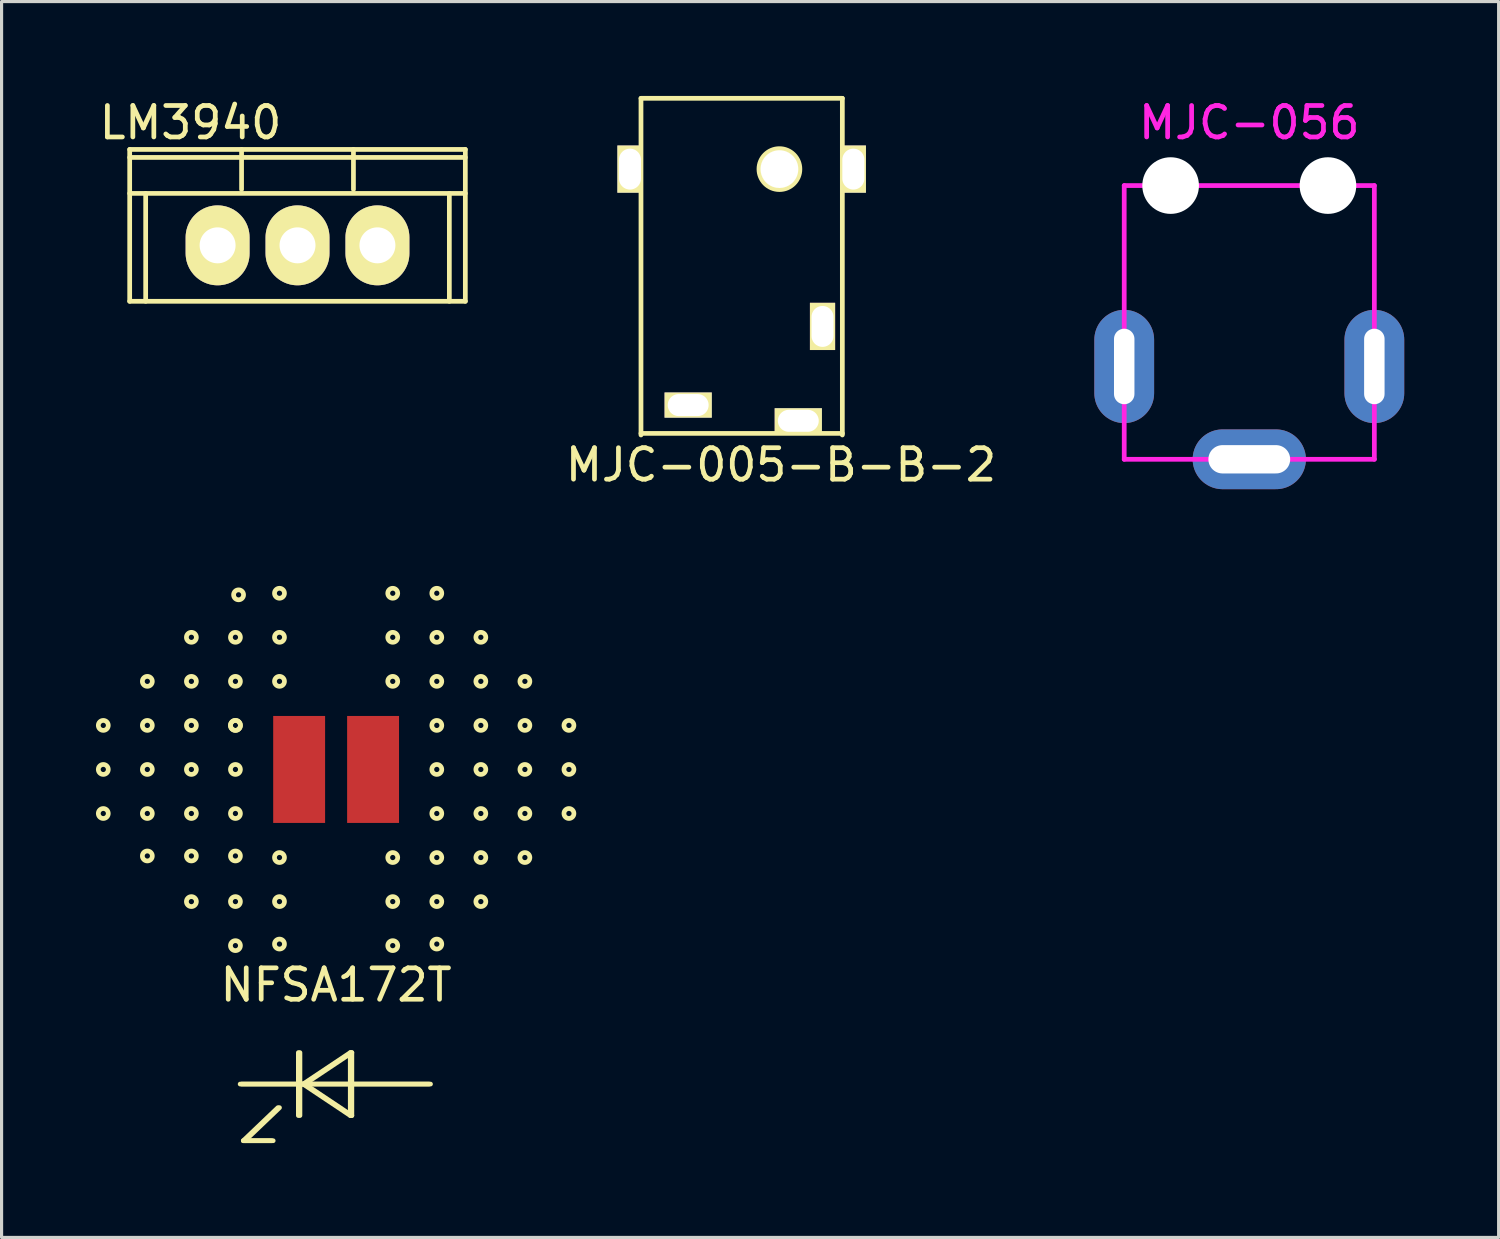
<source format=kicad_pcb>
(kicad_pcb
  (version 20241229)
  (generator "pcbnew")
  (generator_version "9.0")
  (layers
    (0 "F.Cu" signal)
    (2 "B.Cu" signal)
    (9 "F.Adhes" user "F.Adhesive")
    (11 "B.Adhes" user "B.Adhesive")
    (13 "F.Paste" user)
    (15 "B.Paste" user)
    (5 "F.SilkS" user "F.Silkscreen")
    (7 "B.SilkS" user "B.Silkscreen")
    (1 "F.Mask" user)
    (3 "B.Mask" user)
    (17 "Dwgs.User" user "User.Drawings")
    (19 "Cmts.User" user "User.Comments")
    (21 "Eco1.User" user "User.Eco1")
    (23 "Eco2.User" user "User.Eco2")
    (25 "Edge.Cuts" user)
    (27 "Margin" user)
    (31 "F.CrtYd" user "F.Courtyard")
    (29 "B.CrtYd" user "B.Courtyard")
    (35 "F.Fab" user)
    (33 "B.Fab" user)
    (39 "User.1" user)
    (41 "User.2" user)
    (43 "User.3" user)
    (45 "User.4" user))
  (footprint "MJC-005-B-B-2"
    (layer "F.Cu")
    (at 21.723 2.325)
    (property "Reference" "MJC-005-B-B-2" (at 0.05 9.4 0) (layer "F.SilkS") (effects (font (size 1 1) (thickness 0.15))))
    (attr through_hole)
    (fp_line (start -4.4 -2.25) (end -4.4 8.45) (stroke (width 0.15) (type solid)) (layer "F.SilkS"))
    (fp_line (start -4.4 8.4) (end 2 8.4) (stroke (width 0.15) (type solid)) (layer "F.SilkS"))
    (fp_line (start 2 -2.25) (end -4.4 -2.25) (stroke (width 0.15) (type solid)) (layer "F.SilkS"))
    (fp_line (start 2 8.45) (end 2 -2.25) (stroke (width 0.15) (type solid)) (layer "F.SilkS"))
    (fp_circle (center 0 0) (end 0.65 0) (stroke (width 0.15) (type solid)) (fill no) (layer "F.SilkS"))
    (pad "" np_thru_hole circle (at 0 0) (size 1.2 1.2) (drill 1.2) (layers "*.Cu" "*.Mask"))
    (pad "1" thru_hole rect (at -2.9 7.5) (size 1.5 0.8) (drill oval 1.3 0.7) (layers "*.Cu" "*.Mask" "F.SilkS"))
    (pad "2" thru_hole rect (at 0.6 8) (size 1.5 0.8) (drill oval 1.3 0.7) (layers "*.Cu" "*.Mask" "F.SilkS"))
    (pad "3" thru_hole rect (at 1.37 5) (size 0.8 1.5) (drill oval 0.7 1.3) (layers "*.Cu" "*.Mask" "F.SilkS"))
    (pad "4" thru_hole rect (at 2.35 0) (size 0.8 1.5) (drill oval 0.7 1.3) (layers "*.Cu" "*.Mask" "F.SilkS"))
    (pad "5" thru_hole rect (at -4.75 0) (size 0.8 1.5) (drill oval 0.7 1.3) (layers "*.Cu" "*.Mask" "F.SilkS")))
  (footprint "MJC-056"
    (layer "F.Cu")
    (at 36.657 2.848)
    (property "Reference" "MJC-056" (at 0 -2 0) (layer "F.CrtYd") (effects (font (size 1 1) (thickness 0.15))))
    (attr through_hole)
    (fp_line (start -3.975 0) (end 3.975 0) (stroke (width 0.15) (type solid)) (layer "F.CrtYd"))
    (fp_line (start -3.975 8.7) (end -3.975 0) (stroke (width 0.15) (type solid)) (layer "F.CrtYd"))
    (fp_line (start -3.975 8.7) (end 3.975 8.7) (stroke (width 0.15) (type solid)) (layer "F.CrtYd"))
    (fp_line (start 3.975 8.7) (end 3.975 0) (stroke (width 0.15) (type solid)) (layer "F.CrtYd"))
    (pad "" np_thru_hole circle (at -2.5 0) (size 1.8 1.8) (drill 1.8) (layers "*.Cu" "*.Mask"))
    (pad "" np_thru_hole circle (at 2.5 0) (size 1.8 1.8) (drill 1.8) (layers "*.Cu" "*.Mask"))
    (pad "1" thru_hole oval (at 0 8.7) (size 3.6 1.9) (drill oval 2.6 0.9) (layers "*.Cu" "*.Mask"))
    (pad "2" thru_hole oval (at -3.975 5.75) (size 1.9 3.6) (drill oval 0.65 2.4) (layers "*.Cu" "*.Mask"))
    (pad "3" thru_hole oval (at 3.975 5.75) (size 1.9 3.6) (drill oval 0.65 2.4) (layers "*.Cu" "*.Mask")))
  (footprint "NFSA172T"
    (layer "F.Cu")
    (at 7.633 21.406)
    (property "Reference" "NFSA172T" (at 0 6.85 0) (layer "F.SilkS") (effects (font (size 1 1) (thickness 0.15))))
    (attr through_hole)
    (fp_line (start -3.05 10) (end 2.95 10) (stroke (width 0.15) (type solid)) (layer "F.SilkS"))
    (fp_line (start -3 10) (end 3 10) (stroke (width 0.15) (type solid)) (layer "F.SilkS"))
    (fp_line (start -2.95 11.8) (end -2.05 11.8) (stroke (width 0.15) (type solid)) (layer "F.SilkS"))
    (fp_line (start -2.9 11.8) (end -2 11.8) (stroke (width 0.15) (type solid)) (layer "F.SilkS"))
    (fp_line (start -1.85 10.75) (end -2.95 11.8) (stroke (width 0.15) (type solid)) (layer "F.SilkS"))
    (fp_line (start -1.8 10.75) (end -2.9 11.8) (stroke (width 0.15) (type solid)) (layer "F.SilkS"))
    (fp_line (start -1.2 9) (end -1.2 11) (stroke (width 0.15) (type solid)) (layer "F.SilkS"))
    (fp_line (start -1.15 9) (end -1.15 11) (stroke (width 0.15) (type solid)) (layer "F.SilkS"))
    (fp_line (start -1.05 10) (end 0.45 9) (stroke (width 0.15) (type solid)) (layer "F.SilkS"))
    (fp_line (start -1 10) (end 0.5 9) (stroke (width 0.15) (type solid)) (layer "F.SilkS"))
    (fp_line (start 0.45 9) (end 0.45 11) (stroke (width 0.15) (type solid)) (layer "F.SilkS"))
    (fp_line (start 0.45 11) (end -1.05 10) (stroke (width 0.15) (type solid)) (layer "F.SilkS"))
    (fp_line (start 0.5 9) (end 0.5 11) (stroke (width 0.15) (type solid)) (layer "F.SilkS"))
    (fp_line (start 0.5 11) (end -1 10) (stroke (width 0.15) (type solid)) (layer "F.SilkS"))
    (fp_circle (center -7.4 -1.4) (end -7.55 -1.35) (stroke (width 0.15) (type solid)) (fill no) (layer "F.SilkS"))
    (fp_circle (center -7.4 0) (end -7.55 0.05) (stroke (width 0.15) (type solid)) (fill no) (layer "F.SilkS"))
    (fp_circle (center -7.4 1.4) (end -7.55 1.45) (stroke (width 0.15) (type solid)) (fill no) (layer "F.SilkS"))
    (fp_circle (center -6 -2.8) (end -6.15 -2.75) (stroke (width 0.15) (type solid)) (fill no) (layer "F.SilkS"))
    (fp_circle (center -6 -1.4) (end -6.15 -1.35) (stroke (width 0.15) (type solid)) (fill no) (layer "F.SilkS"))
    (fp_circle (center -6 0) (end -6.15 0.05) (stroke (width 0.15) (type solid)) (fill no) (layer "F.SilkS"))
    (fp_circle (center -6 1.4) (end -6.15 1.45) (stroke (width 0.15) (type solid)) (fill no) (layer "F.SilkS"))
    (fp_circle (center -6 2.75) (end -6.15 2.8) (stroke (width 0.15) (type solid)) (fill no) (layer "F.SilkS"))
    (fp_circle (center -4.6 -4.2) (end -4.75 -4.15) (stroke (width 0.15) (type solid)) (fill no) (layer "F.SilkS"))
    (fp_circle (center -4.6 -2.8) (end -4.75 -2.75) (stroke (width 0.15) (type solid)) (fill no) (layer "F.SilkS"))
    (fp_circle (center -4.6 -1.4) (end -4.75 -1.35) (stroke (width 0.15) (type solid)) (fill no) (layer "F.SilkS"))
    (fp_circle (center -4.6 0) (end -4.75 0.05) (stroke (width 0.15) (type solid)) (fill no) (layer "F.SilkS"))
    (fp_circle (center -4.6 1.4) (end -4.75 1.45) (stroke (width 0.15) (type solid)) (fill no) (layer "F.SilkS"))
    (fp_circle (center -4.6 2.75) (end -4.75 2.8) (stroke (width 0.15) (type solid)) (fill no) (layer "F.SilkS"))
    (fp_circle (center -4.6 4.2) (end -4.75 4.25) (stroke (width 0.15) (type solid)) (fill no) (layer "F.SilkS"))
    (fp_circle (center -3.2 -4.2) (end -3.35 -4.15) (stroke (width 0.15) (type solid)) (fill no) (layer "F.SilkS"))
    (fp_circle (center -3.2 -2.8) (end -3.35 -2.75) (stroke (width 0.15) (type solid)) (fill no) (layer "F.SilkS"))
    (fp_circle (center -3.2 -1.4) (end -3.35 -1.35) (stroke (width 0.15) (type solid)) (fill no) (layer "F.SilkS"))
    (fp_circle (center -3.2 -1.4) (end -3.35 -1.35) (stroke (width 0.15) (type solid)) (fill no) (layer "F.SilkS"))
    (fp_circle (center -3.2 0) (end -3.35 0.05) (stroke (width 0.15) (type solid)) (fill no) (layer "F.SilkS"))
    (fp_circle (center -3.2 1.4) (end -3.35 1.45) (stroke (width 0.15) (type solid)) (fill no) (layer "F.SilkS"))
    (fp_circle (center -3.2 2.75) (end -3.35 2.8) (stroke (width 0.15) (type solid)) (fill no) (layer "F.SilkS"))
    (fp_circle (center -3.2 4.2) (end -3.35 4.25) (stroke (width 0.15) (type solid)) (fill no) (layer "F.SilkS"))
    (fp_circle (center -3.2 5.6) (end -3.35 5.65) (stroke (width 0.15) (type solid)) (fill no) (layer "F.SilkS"))
    (fp_circle (center -3.1 -5.55) (end -3.25 -5.5) (stroke (width 0.15) (type solid)) (fill no) (layer "F.SilkS"))
    (fp_circle (center -1.8 -5.6) (end -1.95 -5.55) (stroke (width 0.15) (type solid)) (fill no) (layer "F.SilkS"))
    (fp_circle (center -1.8 -4.2) (end -1.95 -4.15) (stroke (width 0.15) (type solid)) (fill no) (layer "F.SilkS"))
    (fp_circle (center -1.8 -2.8) (end -1.95 -2.75) (stroke (width 0.15) (type solid)) (fill no) (layer "F.SilkS"))
    (fp_circle (center -1.8 2.8) (end -1.95 2.85) (stroke (width 0.15) (type solid)) (fill no) (layer "F.SilkS"))
    (fp_circle (center -1.8 4.2) (end -1.95 4.25) (stroke (width 0.15) (type solid)) (fill no) (layer "F.SilkS"))
    (fp_circle (center -1.8 5.55) (end -1.95 5.6) (stroke (width 0.15) (type solid)) (fill no) (layer "F.SilkS"))
    (fp_circle (center 1.8 -5.6) (end 1.95 -5.55) (stroke (width 0.15) (type solid)) (fill no) (layer "F.SilkS"))
    (fp_circle (center 1.8 -4.2) (end 1.95 -4.15) (stroke (width 0.15) (type solid)) (fill no) (layer "F.SilkS"))
    (fp_circle (center 1.8 -2.8) (end 1.95 -2.75) (stroke (width 0.15) (type solid)) (fill no) (layer "F.SilkS"))
    (fp_circle (center 1.8 2.8) (end 1.95 2.85) (stroke (width 0.15) (type solid)) (fill no) (layer "F.SilkS"))
    (fp_circle (center 1.8 4.2) (end 1.95 4.25) (stroke (width 0.15) (type solid)) (fill no) (layer "F.SilkS"))
    (fp_circle (center 1.8 5.6) (end 1.95 5.65) (stroke (width 0.15) (type solid)) (fill no) (layer "F.SilkS"))
    (fp_circle (center 3.2 -5.6) (end 3.35 -5.55) (stroke (width 0.15) (type solid)) (fill no) (layer "F.SilkS"))
    (fp_circle (center 3.2 -4.2) (end 3.35 -4.15) (stroke (width 0.15) (type solid)) (fill no) (layer "F.SilkS"))
    (fp_circle (center 3.2 -2.8) (end 3.35 -2.75) (stroke (width 0.15) (type solid)) (fill no) (layer "F.SilkS"))
    (fp_circle (center 3.2 -1.4) (end 3.35 -1.35) (stroke (width 0.15) (type solid)) (fill no) (layer "F.SilkS"))
    (fp_circle (center 3.2 0) (end 3.35 0.05) (stroke (width 0.15) (type solid)) (fill no) (layer "F.SilkS"))
    (fp_circle (center 3.2 1.4) (end 3.35 1.45) (stroke (width 0.15) (type solid)) (fill no) (layer "F.SilkS"))
    (fp_circle (center 3.2 2.8) (end 3.35 2.85) (stroke (width 0.15) (type solid)) (fill no) (layer "F.SilkS"))
    (fp_circle (center 3.2 4.2) (end 3.35 4.25) (stroke (width 0.15) (type solid)) (fill no) (layer "F.SilkS"))
    (fp_circle (center 3.2 5.55) (end 3.35 5.6) (stroke (width 0.15) (type solid)) (fill no) (layer "F.SilkS"))
    (fp_circle (center 4.6 -4.2) (end 4.75 -4.15) (stroke (width 0.15) (type solid)) (fill no) (layer "F.SilkS"))
    (fp_circle (center 4.6 -2.8) (end 4.75 -2.75) (stroke (width 0.15) (type solid)) (fill no) (layer "F.SilkS"))
    (fp_circle (center 4.6 -1.4) (end 4.75 -1.35) (stroke (width 0.15) (type solid)) (fill no) (layer "F.SilkS"))
    (fp_circle (center 4.6 0) (end 4.75 0.05) (stroke (width 0.15) (type solid)) (fill no) (layer "F.SilkS"))
    (fp_circle (center 4.6 1.4) (end 4.75 1.45) (stroke (width 0.15) (type solid)) (fill no) (layer "F.SilkS"))
    (fp_circle (center 4.6 2.8) (end 4.75 2.85) (stroke (width 0.15) (type solid)) (fill no) (layer "F.SilkS"))
    (fp_circle (center 4.6 4.2) (end 4.75 4.25) (stroke (width 0.15) (type solid)) (fill no) (layer "F.SilkS"))
    (fp_circle (center 6 -2.8) (end 6.15 -2.75) (stroke (width 0.15) (type solid)) (fill no) (layer "F.SilkS"))
    (fp_circle (center 6 -1.4) (end 6.15 -1.35) (stroke (width 0.15) (type solid)) (fill no) (layer "F.SilkS"))
    (fp_circle (center 6 0) (end 6.15 0.05) (stroke (width 0.15) (type solid)) (fill no) (layer "F.SilkS"))
    (fp_circle (center 6 1.4) (end 6.15 1.45) (stroke (width 0.15) (type solid)) (fill no) (layer "F.SilkS"))
    (fp_circle (center 6 2.8) (end 6.15 2.85) (stroke (width 0.15) (type solid)) (fill no) (layer "F.SilkS"))
    (fp_circle (center 7.4 -1.4) (end 7.55 -1.35) (stroke (width 0.15) (type solid)) (fill no) (layer "F.SilkS"))
    (fp_circle (center 7.4 0) (end 7.55 0.05) (stroke (width 0.15) (type solid)) (fill no) (layer "F.SilkS"))
    (fp_circle (center 7.4 1.4) (end 7.55 1.45) (stroke (width 0.15) (type solid)) (fill no) (layer "F.SilkS"))
    (pad "1" smd rect (at -1.175 0) (size 1.65 3.4) (layers "F.Cu" "F.Mask" "F.Paste"))
    (pad "2" smd rect (at 1.175 0) (size 1.65 3.4) (layers "F.Cu" "F.Mask" "F.Paste")))
  (footprint "LM3940"
    (layer "F.Cu")
    (at 6.406 4.748)
    (property "Reference" "LM3940" (at -3.4 -3.9 0) (layer "F.SilkS") (effects (font (size 1 1) (thickness 0.15))))
    (attr through_hole)
    (fp_line (start -5.334 -3.048) (end -5.334 1.778) (stroke (width 0.15) (type solid)) (layer "F.SilkS"))
    (fp_line (start -5.334 -1.651) (end 5.334 -1.651) (stroke (width 0.15) (type solid)) (layer "F.SilkS"))
    (fp_line (start -4.826 -1.651) (end -4.826 1.778) (stroke (width 0.15) (type solid)) (layer "F.SilkS"))
    (fp_line (start -1.778 -1.778) (end -1.778 -3.048) (stroke (width 0.15) (type solid)) (layer "F.SilkS"))
    (fp_line (start 1.778 -1.778) (end 1.778 -3.048) (stroke (width 0.15) (type solid)) (layer "F.SilkS"))
    (fp_line (start 4.826 -1.651) (end 4.826 1.778) (stroke (width 0.15) (type solid)) (layer "F.SilkS"))
    (fp_line (start 5.334 -3.048) (end -5.334 -3.048) (stroke (width 0.15) (type solid)) (layer "F.SilkS"))
    (fp_line (start 5.334 -3.048) (end 5.334 1.778) (stroke (width 0.15) (type solid)) (layer "F.SilkS"))
    (fp_line (start 5.334 -2.794) (end -5.334 -2.794) (stroke (width 0.15) (type solid)) (layer "F.SilkS"))
    (fp_line (start 5.334 1.778) (end -5.334 1.778) (stroke (width 0.15) (type solid)) (layer "F.SilkS"))
    (pad "1" thru_hole oval (at -2.54 0) (size 2.032 2.54) (drill 1.143) (layers "*.Cu" "*.Mask" "F.SilkS"))
    (pad "2" thru_hole oval (at 0 0) (size 2.032 2.54) (drill 1.143) (layers "*.Cu" "*.Mask" "F.SilkS"))
    (pad "3" thru_hole oval (at 2.54 0) (size 2.032 2.54) (drill 1.143) (layers "*.Cu" "*.Mask" "F.SilkS")))
  (gr_rect
    (start -3 -3)
    (end 44.582 36.281)
    (stroke (width 0.1) (type default))
    (fill no)
    (layer "Edge.Cuts")))
</source>
